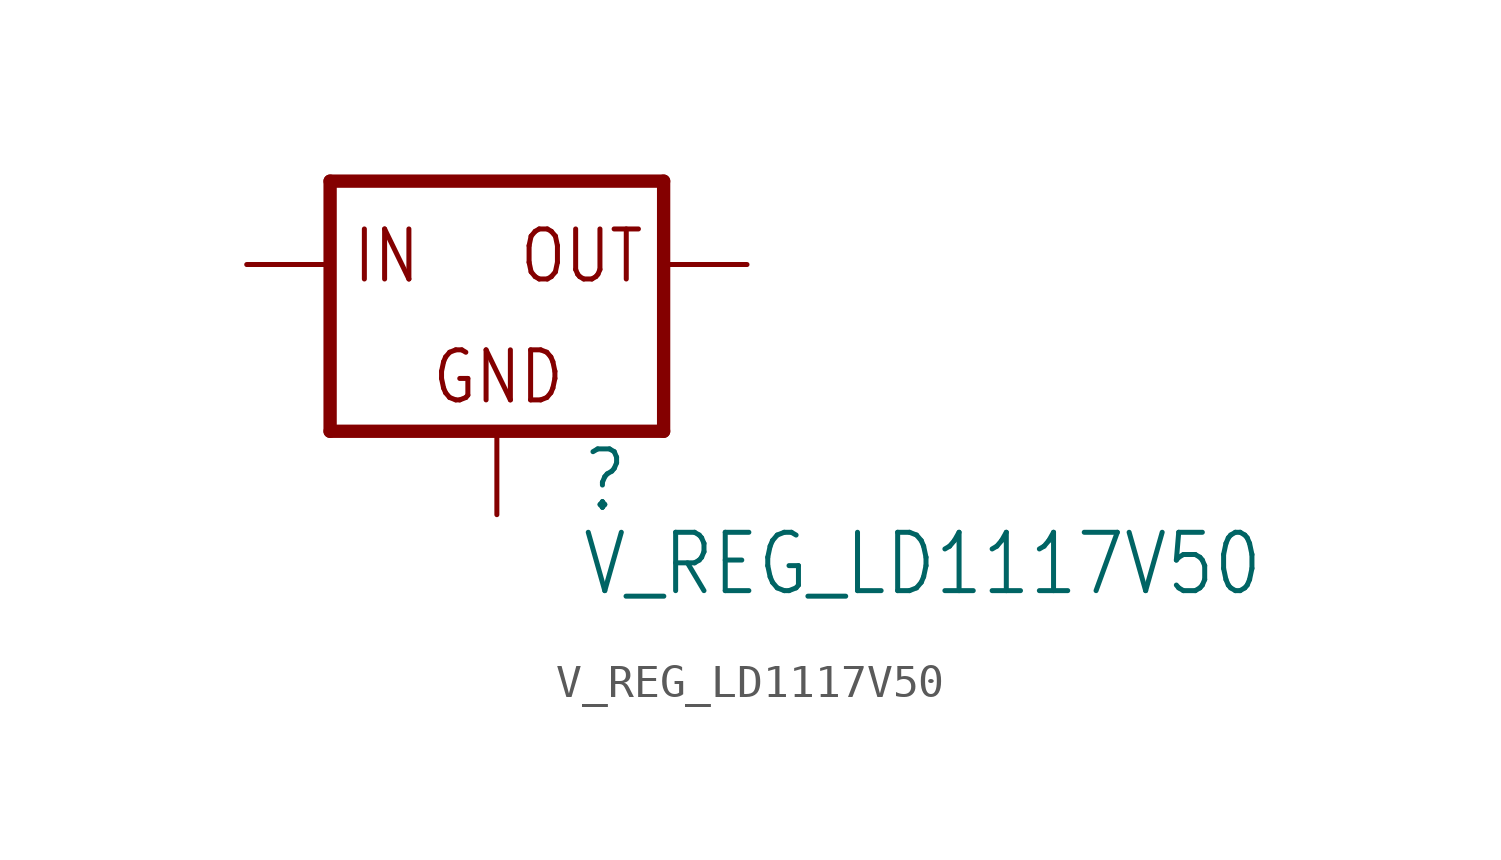
<source format=kicad_sym>
(kicad_symbol_lib
  (version 20211014)
  (generator kicad_symbol_editor)
  (symbol "V_REG_LD1117V50"
    (property "Reference" ""
      (at 2.54 -7.62 0)
      (effects (font (size 1.778 1.511)) (justify left bottom)))
    (property "Value" "V_REG_LD1117V50"
      (at 2.54 -10.16 0)
      (effects (font (size 1.778 1.511)) (justify left bottom)))
    (property "ki_locked" ""
      (at 0 0 0)
      (effects (font (size 1.27 1.27))))
    (symbol "V_REG_LD1117V50_1_0"
      (polyline (pts (xy -5.08 -5.08) (xy 5.08 -5.08)) (stroke (width 0.406) (type default) (color 0 0 0 0)) (fill (type none)))
      (polyline (pts (xy -5.08 2.54) (xy -5.08 -5.08)) (stroke (width 0.406) (type default) (color 0 0 0 0)) (fill (type none)))
      (polyline (pts (xy 5.08 -5.08) (xy 5.08 2.54)) (stroke (width 0.406) (type default) (color 0 0 0 0)) (fill (type none)))
      (polyline (pts (xy 5.08 2.54) (xy -5.08 2.54)) (stroke (width 0.406) (type default) (color 0 0 0 0)) (fill (type none)))
      (text "GND" (at -2.032 -4.318 0) (effects (font (size 1.524 1.295)) (justify left bottom)))
      (text "IN" (at -4.445 -0.635 0) (effects (font (size 1.524 1.295)) (justify left bottom)))
      (text "OUT" (at 0.635 -0.635 0) (effects (font (size 1.524 1.295)) (justify left bottom)))
      (pin input line (at 0 -7.62 90) (length 2.54) (name "GND" (effects (font (size 0 0)))) (number "1" (effects (font (size 0 0)))))
      (pin passive line (at 7.62 0 180) (length 2.54) (name "OUT" (effects (font (size 0 0)))) (number "2" (effects (font (size 0 0)))))
      (pin input line (at -7.62 0 0) (length 2.54) (name "IN" (effects (font (size 0 0)))) (number "3" (effects (font (size 0 0))))))))
</source>
